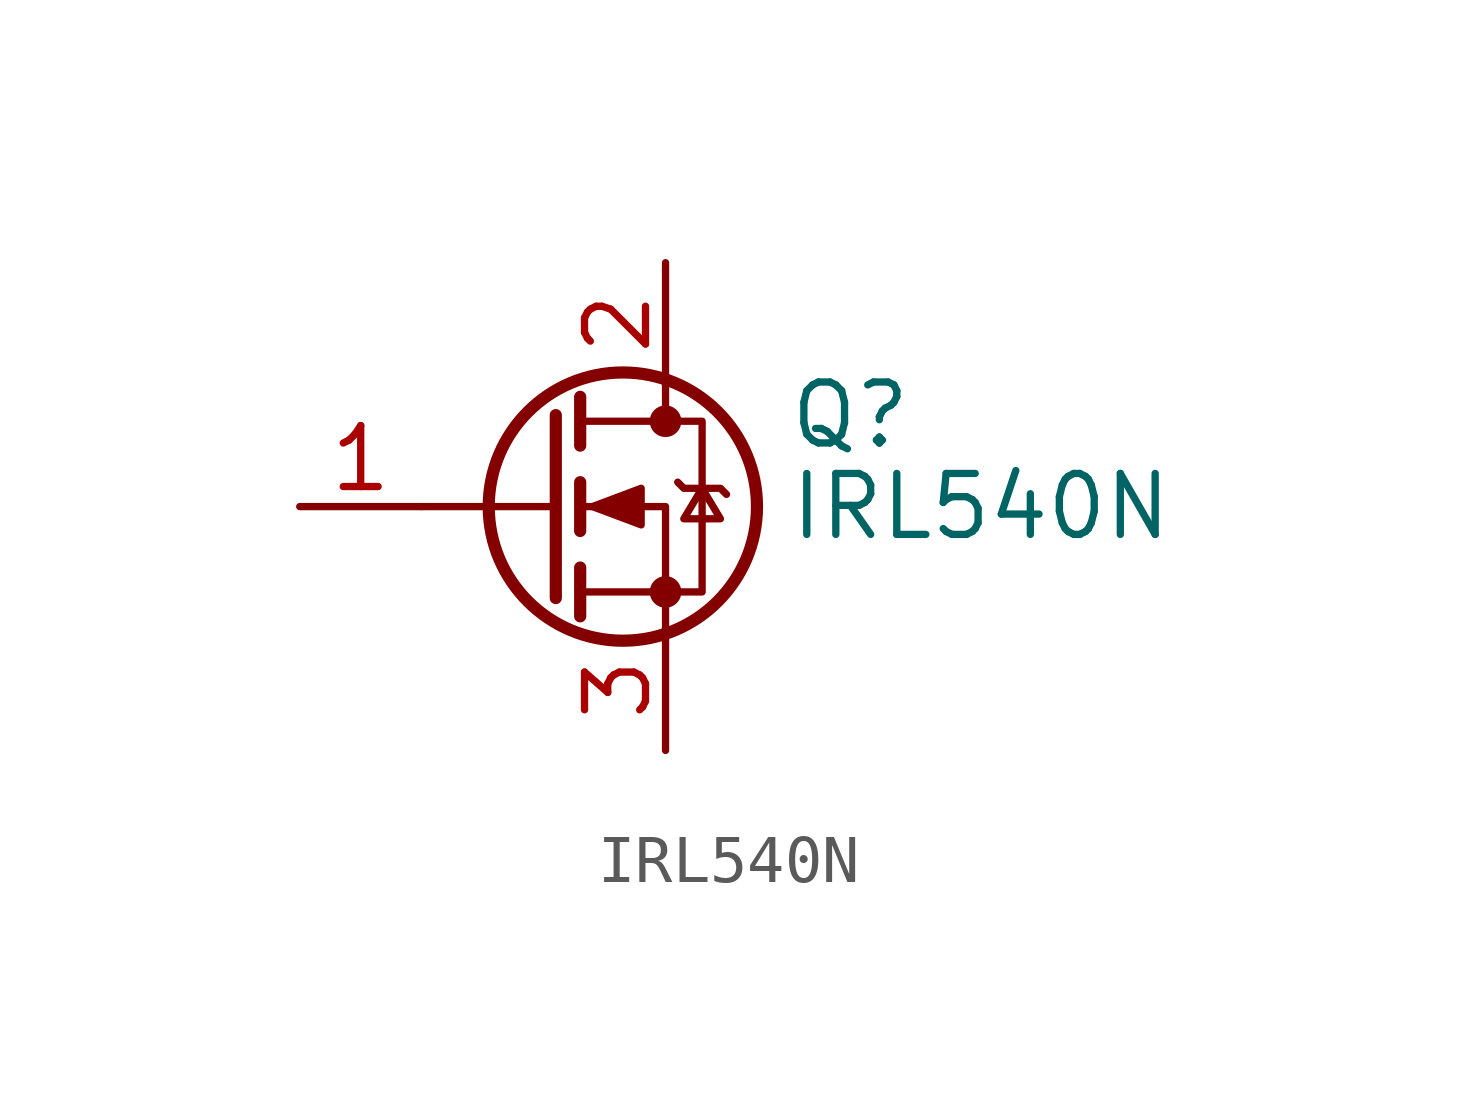
<source format=kicad_sym>
(kicad_symbol_lib
  (version 20220914)
  (generator kicad_symbol_editor)
  (symbol "IRL540N"
    (pin_names hide)
    (property "Reference" "Q"
      (at 5.08 1.905 0)
      (effects (font (size 1.27 1.27)) (justify left)))
    (property "Value" "IRL540N"
      (at 5.08 0 0)
      (effects (font (size 1.27 1.27)) (justify left)))
    (symbol "IRL540N_0_1"
      (polyline (pts (xy 0.254 0) (xy -2.54 0)) (stroke (width 0) (type default)) (fill (type none)))
      (polyline (pts (xy 0.254 1.905) (xy 0.254 -1.905)) (stroke (width 0.254) (type default)) (fill (type none)))
      (polyline (pts (xy 0.762 -1.27) (xy 0.762 -2.286)) (stroke (width 0.254) (type default)) (fill (type none)))
      (polyline (pts (xy 0.762 0.508) (xy 0.762 -0.508)) (stroke (width 0.254) (type default)) (fill (type none)))
      (polyline (pts (xy 0.762 2.286) (xy 0.762 1.27)) (stroke (width 0.254) (type default)) (fill (type none)))
      (polyline (pts (xy 2.54 2.54) (xy 2.54 1.778)) (stroke (width 0) (type default)) (fill (type none)))
      (polyline (pts (xy 2.54 -2.54) (xy 2.54 0) (xy 0.762 0)) (stroke (width 0) (type default)) (fill (type none)))
      (polyline (pts (xy 0.762 -1.778) (xy 3.302 -1.778) (xy 3.302 1.778) (xy 0.762 1.778)) (stroke (width 0) (type default)) (fill (type none)))
      (polyline (pts (xy 1.016 0) (xy 2.032 0.381) (xy 2.032 -0.381) (xy 1.016 0)) (stroke (width 0) (type default)) (fill (type outline)))
      (polyline (pts (xy 2.794 0.508) (xy 2.921 0.381) (xy 3.683 0.381) (xy 3.81 0.254)) (stroke (width 0) (type default)) (fill (type none)))
      (polyline (pts (xy 3.302 0.381) (xy 2.921 -0.254) (xy 3.683 -0.254) (xy 3.302 0.381)) (stroke (width 0) (type default)) (fill (type none)))
      (circle (center 1.651 0) (radius 2.794) (stroke (width 0.254) (type default)) (fill (type none)))
      (circle (center 2.54 -1.778) (radius 0.254) (stroke (width 0) (type default)) (fill (type outline)))
      (circle (center 2.54 1.778) (radius 0.254) (stroke (width 0) (type default)) (fill (type outline))))
    (symbol "IRL540N_1_1"
      (pin input line (at -5.08 0 0) (length 2.54) (name "G" (effects (font (size 1.27 1.27)))) (number "1" (effects (font (size 1.27 1.27)))))
      (pin passive line (at 2.54 5.08 270) (length 2.54) (name "D" (effects (font (size 1.27 1.27)))) (number "2" (effects (font (size 1.27 1.27)))))
      (pin passive line (at 2.54 -5.08 90) (length 2.54) (name "S" (effects (font (size 1.27 1.27)))) (number "3" (effects (font (size 1.27 1.27))))))))
</source>
